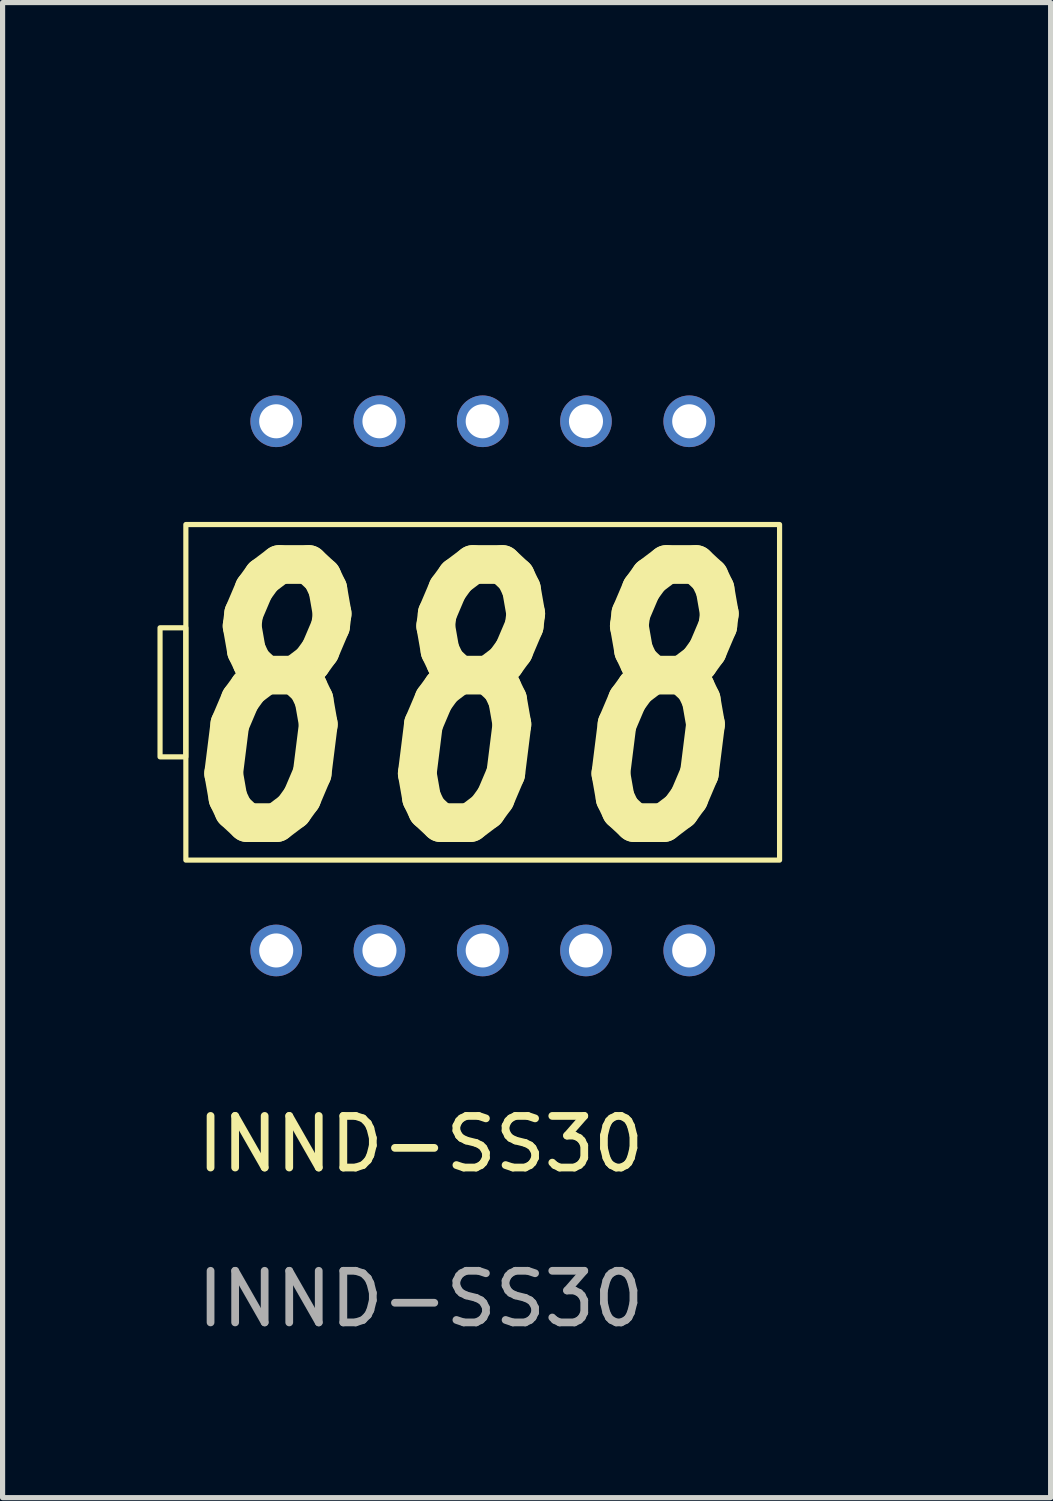
<source format=kicad_pcb>
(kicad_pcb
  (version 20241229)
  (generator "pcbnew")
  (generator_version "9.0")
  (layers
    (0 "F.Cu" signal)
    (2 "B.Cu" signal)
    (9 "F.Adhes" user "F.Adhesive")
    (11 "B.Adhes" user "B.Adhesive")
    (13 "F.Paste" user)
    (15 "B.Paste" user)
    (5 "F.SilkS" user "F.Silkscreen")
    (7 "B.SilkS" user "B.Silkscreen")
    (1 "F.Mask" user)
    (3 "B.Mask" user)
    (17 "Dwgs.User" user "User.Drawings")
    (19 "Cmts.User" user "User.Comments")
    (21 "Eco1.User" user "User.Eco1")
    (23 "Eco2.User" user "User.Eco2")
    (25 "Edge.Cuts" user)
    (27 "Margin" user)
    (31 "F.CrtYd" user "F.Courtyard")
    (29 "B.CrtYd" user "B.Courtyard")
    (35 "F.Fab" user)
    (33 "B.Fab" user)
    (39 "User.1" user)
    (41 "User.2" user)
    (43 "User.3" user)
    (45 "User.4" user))
  (footprint "INND-SS30"
    (layer "F.Cu")
    (at 14.05 16.61)
    (property "Reference" "INND-SS30" (at -8.95 2.5 0) (unlocked yes) (layer "F.SilkS") (effects (font (size 1 1) (thickness 0.15))))
    (attr through_hole)
    (fp_rect (start -14 -7.5) (end -13.5 -5) (stroke (width 0.1) (type default)) (fill no) (layer "F.SilkS"))
    (fp_rect (start -13.5 -9.5) (end -2 -3) (stroke (width 0.1) (type solid)) (fill no) (layer "F.SilkS"))
    (fp_text user "8" (at -8.25 -6 0) (unlocked yes) (layer "F.SilkS") (effects (font (size 5 3) (thickness 0.75) (italic yes))))
    (fp_text user "8" (at -4.5 -6 0) (unlocked yes) (layer "F.SilkS") (effects (font (size 5 3) (thickness 0.75) (italic yes))))
    (fp_text user "8" (at -12 -6 0) (unlocked yes) (layer "F.SilkS") (effects (font (size 5 3) (thickness 0.75) (italic yes))))
    (fp_text user "${REFERENCE}" (at -8.95 5.5 0) (unlocked yes) (layer "F.Fab") (effects (font (size 1 1) (thickness 0.15))))
    (dimension (type orthogonal) (layer "User.1") (pts (xy 2.05 4.861) (xy 10.63 4.861)) (height -3) (orientation 0) (format (prefix "") (suffix "") (units 3) (units_format 0) (precision 4) (suppress_zeroes yes)) (style (thickness 0.1) (arrow_length 1.27) (text_position_mode 0) (arrow_direction outward) (extension_height 0.586) (extension_offset 0.5) (keep_text_aligned yes)) (gr_text "8.58" (at 6.34 0.76 0) (layer "User.1") (effects (font (size 1 1) (thickness 0.1)))))
    (dimension (type orthogonal) (layer "User.1") (pts (xy 11.3 4.611) (xy 11.3 15.611)) (height 2.25) (orientation 1) (format (prefix "") (suffix "") (units 3) (units_format 0) (precision 4) (suppress_zeroes yes)) (style (thickness 0.1) (arrow_length 1.27) (text_position_mode 0) (arrow_direction outward) (extension_height 0.586) (extension_offset 0.5) (keep_text_aligned yes)) (gr_text "11" (at 12.45 10.111 90) (layer "User.1") (effects (font (size 1 1) (thickness 0.1)))))
    (pad "1" thru_hole circle (at -11.75 -11.5) (size 1 1) (drill 0.66) (layers "*.Cu" "*.Mask"))
    (pad "2" thru_hole circle (at -9.75 -11.5) (size 1 1) (drill 0.66) (layers "*.Cu" "*.Mask"))
    (pad "3" thru_hole circle (at -7.75 -11.5) (size 1 1) (drill 0.66) (layers "*.Cu" "*.Mask"))
    (pad "4" thru_hole circle (at -5.75 -11.5) (size 1 1) (drill 0.66) (layers "*.Cu" "*.Mask"))
    (pad "5" thru_hole circle (at -3.75 -11.5) (size 1 1) (drill 0.66) (layers "*.Cu" "*.Mask"))
    (pad "6" thru_hole circle (at -11.75 -1.25) (size 1 1) (drill 0.66) (layers "*.Cu" "*.Mask"))
    (pad "7" thru_hole circle (at -9.75 -1.25) (size 1 1) (drill 0.66) (layers "*.Cu" "*.Mask"))
    (pad "8" thru_hole circle (at -7.75 -1.25) (size 1 1) (drill 0.66) (layers "*.Cu" "*.Mask"))
    (pad "9" thru_hole circle (at -5.75 -1.25) (size 1 1) (drill 0.66) (layers "*.Cu" "*.Mask"))
    (pad "10" thru_hole circle (at -3.75 -1.25) (size 1 1) (drill 0.66) (layers "*.Cu" "*.Mask")))
  (gr_rect
    (start -3 -3)
    (end 17.3 25.959)
    (stroke (width 0.1) (type default))
    (fill no)
    (layer "Edge.Cuts")))
</source>
